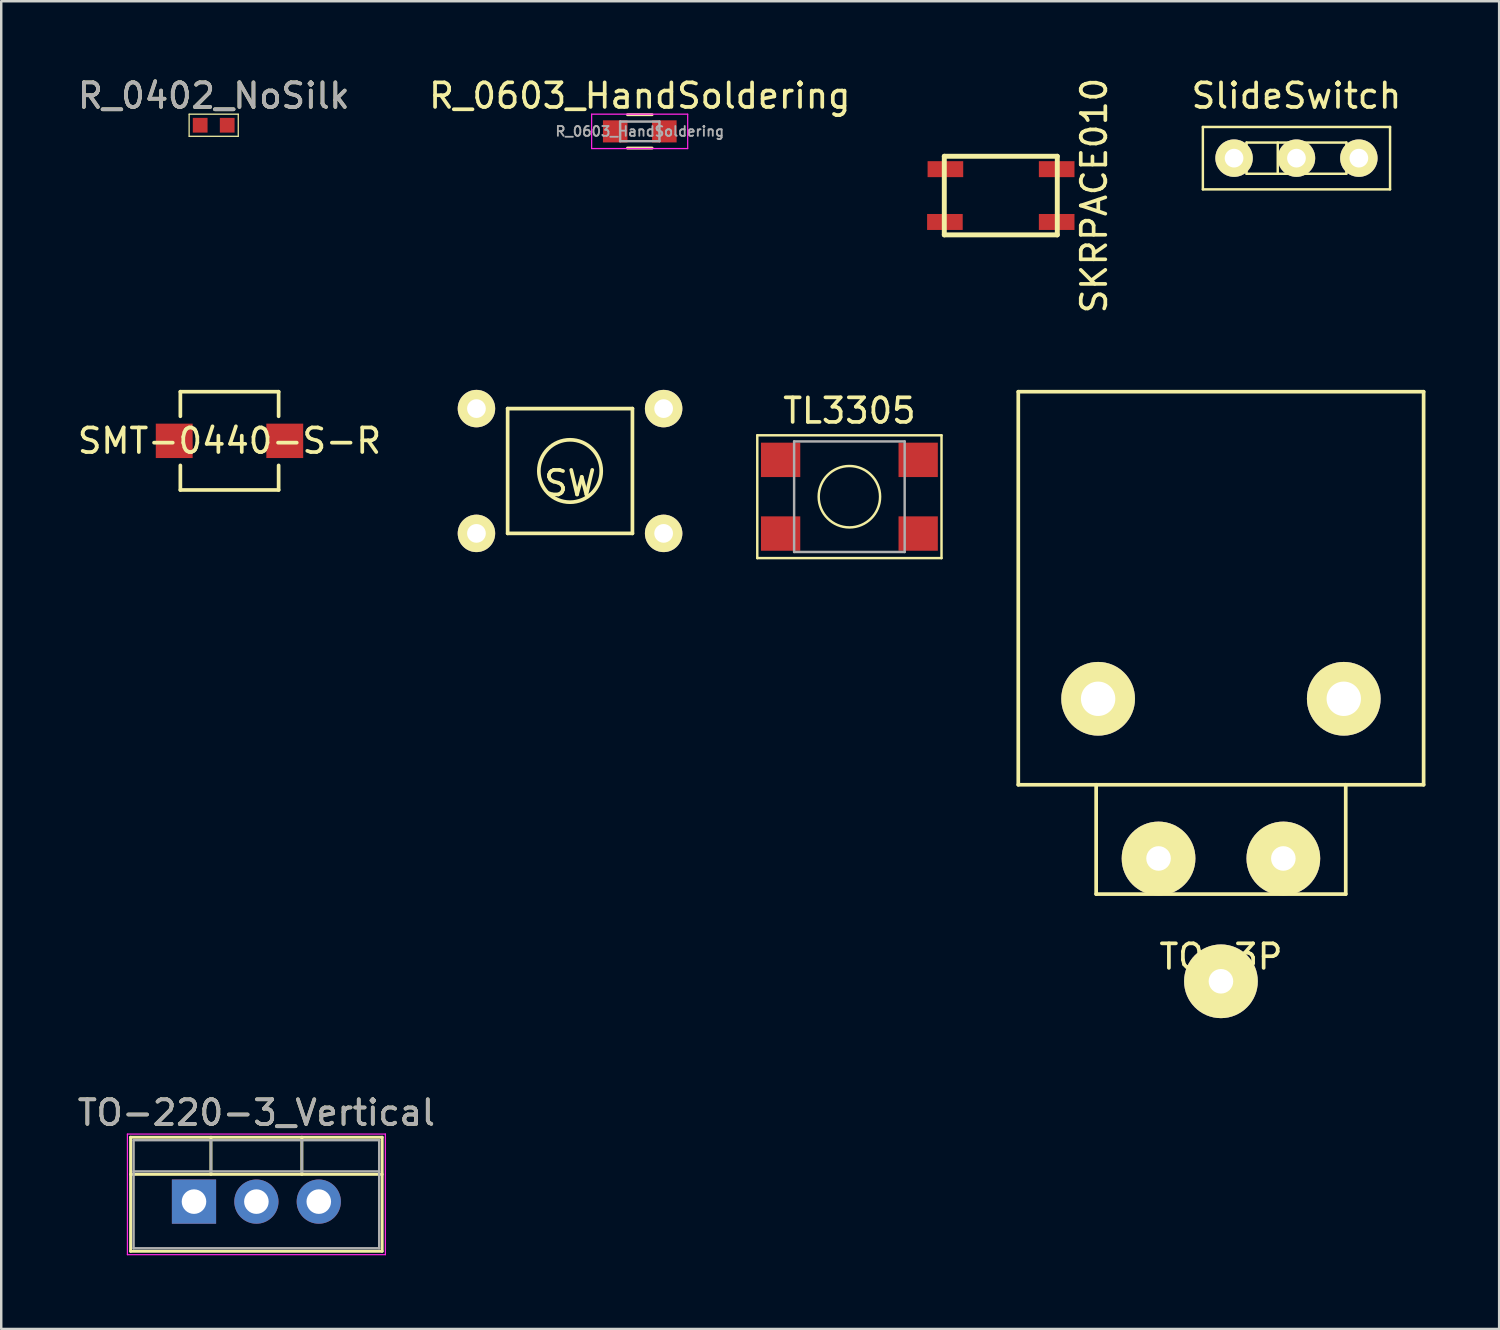
<source format=kicad_pcb>
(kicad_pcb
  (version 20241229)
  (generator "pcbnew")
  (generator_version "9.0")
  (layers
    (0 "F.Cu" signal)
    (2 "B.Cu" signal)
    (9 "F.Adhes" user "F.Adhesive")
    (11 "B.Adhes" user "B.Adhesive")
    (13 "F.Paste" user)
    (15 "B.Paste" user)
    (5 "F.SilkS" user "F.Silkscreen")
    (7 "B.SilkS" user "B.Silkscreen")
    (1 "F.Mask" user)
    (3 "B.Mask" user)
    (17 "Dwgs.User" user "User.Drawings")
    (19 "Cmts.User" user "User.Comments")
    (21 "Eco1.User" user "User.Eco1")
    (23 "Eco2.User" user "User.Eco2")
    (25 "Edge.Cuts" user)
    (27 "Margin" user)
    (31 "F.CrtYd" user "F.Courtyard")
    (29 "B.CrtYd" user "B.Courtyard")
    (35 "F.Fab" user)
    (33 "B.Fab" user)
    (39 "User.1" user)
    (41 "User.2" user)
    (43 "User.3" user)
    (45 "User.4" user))
  (footprint "SMT-0440-S-R"
    (layer "F.Cu")
    (at 6.292 14.896)
    (property "Reference" "SMT-0440-S-R" (at 0 0 0) (layer "F.SilkS") (effects (font (size 1 1) (thickness 0.15))))
    (attr through_hole)
    (fp_line (start -2 -2) (end 2 -2) (stroke (width 0.15) (type solid)) (layer "F.SilkS"))
    (fp_line (start -2 -1) (end -2 -2) (stroke (width 0.15) (type solid)) (layer "F.SilkS"))
    (fp_line (start -2 2) (end -2 1) (stroke (width 0.15) (type solid)) (layer "F.SilkS"))
    (fp_line (start 2 -2) (end 2 -1) (stroke (width 0.15) (type solid)) (layer "F.SilkS"))
    (fp_line (start 2 1) (end 2 2) (stroke (width 0.15) (type solid)) (layer "F.SilkS"))
    (fp_line (start 2 2) (end -2 2) (stroke (width 0.15) (type solid)) (layer "F.SilkS"))
    (pad "1" smd rect (at -2.25 0) (size 1.5 1.4) (layers "F.Cu" "F.Mask" "F.Paste"))
    (pad "2" smd rect (at 2.25 0) (size 1.5 1.4) (layers "F.Cu" "F.Mask" "F.Paste")))
  (footprint "SKRPACE010"
    (layer "F.Cu")
    (at 37.69 4.911)
    (property "Reference" "SKRPACE010" (at 3.8 0 90) (layer "F.SilkS") (effects (font (size 1 1) (thickness 0.15))))
    (attr through_hole)
    (fp_line (start -2.3 -1.6) (end 2.3 -1.6) (stroke (width 0.2) (type solid)) (layer "F.SilkS"))
    (fp_line (start -2.3 1.6) (end -2.3 -1.6) (stroke (width 0.2) (type solid)) (layer "F.SilkS"))
    (fp_line (start 2.3 -1.6) (end 2.3 1.6) (stroke (width 0.2) (type solid)) (layer "F.SilkS"))
    (fp_line (start 2.3 1.6) (end -2.3 1.6) (stroke (width 0.2) (type solid)) (layer "F.SilkS"))
    (pad "1" smd rect (at -2.255 -1.075) (size 1.45 0.65) (layers "F.Cu" "F.Mask" "F.Paste"))
    (pad "1" smd rect (at 2.275 -1.075) (size 1.45 0.65) (layers "F.Cu" "F.Mask" "F.Paste"))
    (pad "2" smd rect (at -2.275 1.075) (size 1.45 0.65) (layers "F.Cu" "F.Mask" "F.Paste"))
    (pad "2" smd rect (at 2.275 1.075) (size 1.45 0.65) (layers "F.Cu" "F.Mask" "F.Paste")))
  (footprint "SW"
    (layer "F.Cu")
    (at 20.155 16.123)
    (property "Reference" "SW" (at 0 0.5 0) (layer "F.SilkS") (effects (font (size 1 1) (thickness 0.15))))
    (attr through_hole)
    (fp_line (start -2.54 -2.54) (end -2.54 2.54) (stroke (width 0.15) (type solid)) (layer "F.SilkS"))
    (fp_line (start -2.54 -2.54) (end 2.54 -2.54) (stroke (width 0.15) (type solid)) (layer "F.SilkS"))
    (fp_line (start -2.54 2.54) (end 2.54 2.54) (stroke (width 0.15) (type solid)) (layer "F.SilkS"))
    (fp_line (start 2.54 2.54) (end 2.54 -2.54) (stroke (width 0.15) (type solid)) (layer "F.SilkS"))
    (fp_circle (center 0 0) (end 1.27 0) (stroke (width 0.15) (type solid)) (fill no) (layer "F.SilkS"))
    (pad "1" thru_hole circle (at -3.81 2.54) (size 1.524 1.524) (drill 0.762) (layers "*.Cu" "*.Mask" "F.SilkS"))
    (pad "1" thru_hole circle (at 3.81 2.54) (size 1.524 1.524) (drill 0.762) (layers "*.Cu" "*.Mask" "F.SilkS"))
    (pad "2" thru_hole circle (at -3.81 -2.54) (size 1.524 1.524) (drill 0.762) (layers "*.Cu" "*.Mask" "F.SilkS"))
    (pad "2" thru_hole circle (at 3.81 -2.54) (size 1.524 1.524) (drill 0.762) (layers "*.Cu" "*.Mask" "F.SilkS")))
  (footprint "R_0603_HandSoldering"
    (layer "F.Cu")
    (at 22.994 2.298)
    (property "Reference" "R_0603_HandSoldering" (at 0 -1.45 0) (layer "F.SilkS") (effects (font (size 1 1) (thickness 0.15))))
    (attr smd)
    (fp_line (start -0.5 -0.68) (end 0.5 -0.68) (stroke (width 0.12) (type solid)) (layer "F.SilkS"))
    (fp_line (start 0.5 0.68) (end -0.5 0.68) (stroke (width 0.12) (type solid)) (layer "F.SilkS"))
    (fp_line (start -1.96 -0.7) (end -1.96 0.7) (stroke (width 0.05) (type solid)) (layer "F.CrtYd"))
    (fp_line (start -1.96 -0.7) (end 1.95 -0.7) (stroke (width 0.05) (type solid)) (layer "F.CrtYd"))
    (fp_line (start 1.95 0.7) (end -1.96 0.7) (stroke (width 0.05) (type solid)) (layer "F.CrtYd"))
    (fp_line (start 1.95 0.7) (end 1.95 -0.7) (stroke (width 0.05) (type solid)) (layer "F.CrtYd"))
    (fp_line (start -0.8 -0.4) (end 0.8 -0.4) (stroke (width 0.1) (type solid)) (layer "F.Fab"))
    (fp_line (start -0.8 0.4) (end -0.8 -0.4) (stroke (width 0.1) (type solid)) (layer "F.Fab"))
    (fp_line (start 0.8 -0.4) (end 0.8 0.4) (stroke (width 0.1) (type solid)) (layer "F.Fab"))
    (fp_line (start 0.8 0.4) (end -0.8 0.4) (stroke (width 0.1) (type solid)) (layer "F.Fab"))
    (fp_text user "${REFERENCE}" (at 0 0 0) (layer "F.Fab") (effects (font (size 0.4 0.4) (thickness 0.075))))
    (pad "1" smd rect (at -1 0) (size 1 0.9) (layers "F.Cu" "F.Mask" "F.Paste"))
    (pad "2" smd rect (at 1 0) (size 1 0.9) (layers "F.Cu" "F.Mask" "F.Paste")))
  (footprint "TO-3P"
    (layer "F.Cu")
    (at 46.652 31.896)
    (property "Reference" "TO-3P" (at 0 4 0) (layer "F.SilkS") (effects (font (size 1 1) (thickness 0.15))))
    (attr through_hole)
    (fp_line (start -8.25 -19) (end 8.25 -19) (stroke (width 0.15) (type solid)) (layer "F.SilkS"))
    (fp_line (start -8.25 -3) (end -8.25 -19) (stroke (width 0.15) (type solid)) (layer "F.SilkS"))
    (fp_line (start -5.08 -3) (end -8.25 -3) (stroke (width 0.15) (type solid)) (layer "F.SilkS"))
    (fp_line (start -5.08 -3) (end -5.08 1.45) (stroke (width 0.15) (type solid)) (layer "F.SilkS"))
    (fp_line (start -5.08 -3) (end 5.08 -3) (stroke (width 0.15) (type solid)) (layer "F.SilkS"))
    (fp_line (start 5.08 -3) (end 5.08 1.45) (stroke (width 0.15) (type solid)) (layer "F.SilkS"))
    (fp_line (start 5.08 -3) (end 8.25 -3) (stroke (width 0.15) (type solid)) (layer "F.SilkS"))
    (fp_line (start 5.08 1.45) (end -5.08 1.45) (stroke (width 0.15) (type solid)) (layer "F.SilkS"))
    (fp_line (start 8.25 -3) (end 8.25 -19) (stroke (width 0.15) (type solid)) (layer "F.SilkS"))
    (pad "1" thru_hole circle (at -2.54 0) (size 3 3) (drill 1) (layers "*.Cu" "*.Mask" "F.SilkS"))
    (pad "2" thru_hole circle (at 0 5) (size 3 3) (drill 1) (layers "*.Cu" "*.Mask" "F.SilkS"))
    (pad "3" thru_hole circle (at 2.54 0) (size 3 3) (drill 1) (layers "*.Cu" "*.Mask" "F.SilkS"))
    (pad "~" thru_hole circle (at -5 -6.5) (size 3 3) (drill 1.4) (layers "*.Cu" "*.Mask" "F.SilkS"))
    (pad "~" thru_hole circle (at 5 -6.5) (size 3 3) (drill 1.4) (layers "*.Cu" "*.Mask" "F.SilkS")))
  (footprint "TO-220-3_Vertical"
    (layer "F.Cu")
    (at 7.387 45.865)
    (property "Reference" "TO-220-3_Vertical" (at 0 -3.62 0) (layer "F.SilkS") (effects (font (size 1 1) (thickness 0.15))))
    (attr through_hole)
    (fp_line (start -5.12 -2.62) (end -5.12 2.021) (stroke (width 0.12) (type solid)) (layer "F.SilkS"))
    (fp_line (start -5.12 -2.62) (end 5.12 -2.62) (stroke (width 0.12) (type solid)) (layer "F.SilkS"))
    (fp_line (start -5.12 -1.11) (end 5.12 -1.11) (stroke (width 0.12) (type solid)) (layer "F.SilkS"))
    (fp_line (start -5.12 2.021) (end 5.12 2.021) (stroke (width 0.12) (type solid)) (layer "F.SilkS"))
    (fp_line (start -1.85 -2.62) (end -1.85 -1.11) (stroke (width 0.12) (type solid)) (layer "F.SilkS"))
    (fp_line (start 1.851 -2.62) (end 1.851 -1.11) (stroke (width 0.12) (type solid)) (layer "F.SilkS"))
    (fp_line (start 5.12 -2.62) (end 5.12 2.021) (stroke (width 0.12) (type solid)) (layer "F.SilkS"))
    (fp_line (start -5.25 -2.75) (end -5.25 2.16) (stroke (width 0.05) (type solid)) (layer "F.CrtYd"))
    (fp_line (start -5.25 2.16) (end 5.25 2.16) (stroke (width 0.05) (type solid)) (layer "F.CrtYd"))
    (fp_line (start 5.25 -2.75) (end -5.25 -2.75) (stroke (width 0.05) (type solid)) (layer "F.CrtYd"))
    (fp_line (start 5.25 2.16) (end 5.25 -2.75) (stroke (width 0.05) (type solid)) (layer "F.CrtYd"))
    (fp_line (start -5 -2.5) (end -5 1.9) (stroke (width 0.1) (type solid)) (layer "F.Fab"))
    (fp_line (start -5 -1.23) (end 5 -1.23) (stroke (width 0.1) (type solid)) (layer "F.Fab"))
    (fp_line (start -5 1.9) (end 5 1.9) (stroke (width 0.1) (type solid)) (layer "F.Fab"))
    (fp_line (start -1.85 -2.5) (end -1.85 -1.23) (stroke (width 0.1) (type solid)) (layer "F.Fab"))
    (fp_line (start 1.85 -2.5) (end 1.85 -1.23) (stroke (width 0.1) (type solid)) (layer "F.Fab"))
    (fp_line (start 5 -2.5) (end -5 -2.5) (stroke (width 0.1) (type solid)) (layer "F.Fab"))
    (fp_line (start 5 1.9) (end 5 -2.5) (stroke (width 0.1) (type solid)) (layer "F.Fab"))
    (fp_text user "${REFERENCE}" (at 0 -3.62 0) (layer "F.Fab") (effects (font (size 1 1) (thickness 0.15))))
    (pad "1" thru_hole rect (at -2.54 0) (size 1.8 1.8) (drill 1) (layers "*.Cu" "*.Mask"))
    (pad "2" thru_hole oval (at 0 0) (size 1.8 1.8) (drill 1) (layers "*.Cu" "*.Mask"))
    (pad "3" thru_hole oval (at 2.54 0) (size 1.8 1.8) (drill 1) (layers "*.Cu" "*.Mask")))
  (footprint "R_0402_NoSilk"
    (layer "F.Cu")
    (at 5.649 2.048)
    (property "Reference" "R_0402_NoSilk" (at 0 -1.2 0) (layer "F.SilkS") (effects (font (size 1 1) (thickness 0.15))))
    (attr smd)
    (fp_line (start -1 -0.45) (end -1 0.45) (stroke (width 0.05) (type solid)) (layer "F.SilkS"))
    (fp_line (start -1 -0.45) (end 1 -0.45) (stroke (width 0.05) (type solid)) (layer "F.SilkS"))
    (fp_line (start 1 0.45) (end -1 0.45) (stroke (width 0.05) (type solid)) (layer "F.SilkS"))
    (fp_line (start 1 0.45) (end 1 -0.45) (stroke (width 0.05) (type solid)) (layer "F.SilkS"))
    (fp_text user "${REFERENCE}" (at 0 -1.2 0) (layer "F.Fab") (effects (font (size 1 1) (thickness 0.15))))
    (pad "1" smd rect (at -0.55 0) (size 0.6 0.6) (layers "F.Cu" "F.Mask" "F.Paste"))
    (pad "2" smd rect (at 0.55 0) (size 0.6 0.6) (layers "F.Cu" "F.Mask" "F.Paste")))
  (footprint "TL3305"
    (layer "F.Cu")
    (at 31.527 17.17)
    (property "Reference" "TL3305" (at 0 -3.5 0) (layer "F.SilkS") (effects (font (size 1 1) (thickness 0.15))))
    (attr through_hole)
    (fp_line (start -3.75 -2.5) (end 3.75 -2.5) (stroke (width 0.1) (type solid)) (layer "F.SilkS"))
    (fp_line (start -3.75 2.5) (end -3.75 -2.5) (stroke (width 0.1) (type solid)) (layer "F.SilkS"))
    (fp_line (start 3.75 -2.5) (end 3.75 2.5) (stroke (width 0.1) (type solid)) (layer "F.SilkS"))
    (fp_line (start 3.75 2.5) (end -3.75 2.5) (stroke (width 0.1) (type solid)) (layer "F.SilkS"))
    (fp_circle (center 0 0) (end 1.25 0) (stroke (width 0.1) (type solid)) (fill no) (layer "F.SilkS"))
    (fp_line (start -2.25 -2.25) (end -2.25 2.25) (stroke (width 0.1) (type solid)) (layer "F.Fab"))
    (fp_line (start -2.25 2.25) (end 2.25 2.25) (stroke (width 0.1) (type solid)) (layer "F.Fab"))
    (fp_line (start 2.25 -2.25) (end -2.25 -2.25) (stroke (width 0.1) (type solid)) (layer "F.Fab"))
    (fp_line (start 2.25 2.25) (end 2.25 -2.25) (stroke (width 0.1) (type solid)) (layer "F.Fab"))
    (pad "1" smd rect (at -2.8 -1.5) (size 1.6 1.4) (layers "F.Cu" "F.Mask" "F.Paste"))
    (pad "1" smd rect (at 2.8 -1.5) (size 1.6 1.4) (layers "F.Cu" "F.Mask" "F.Paste"))
    (pad "2" smd rect (at -2.8 1.5) (size 1.6 1.4) (layers "F.Cu" "F.Mask" "F.Paste"))
    (pad "2" smd rect (at 2.8 1.5) (size 1.6 1.4) (layers "F.Cu" "F.Mask" "F.Paste")))
  (footprint "SlideSwitch"
    (layer "F.Cu")
    (at 49.726 3.388)
    (property "Reference" "SlideSwitch" (at 0 -2.54 0) (layer "F.SilkS") (effects (font (size 1 1) (thickness 0.15))))
    (attr through_hole)
    (fp_line (start -3.81 -1.27) (end -3.81 1.27) (stroke (width 0.1) (type solid)) (layer "F.SilkS"))
    (fp_line (start -3.81 1.27) (end 3.81 1.27) (stroke (width 0.1) (type solid)) (layer "F.SilkS"))
    (fp_line (start -2.032 -0.635) (end -2.032 0.635) (stroke (width 0.1) (type solid)) (layer "F.SilkS"))
    (fp_line (start -2.032 0.635) (end 2.032 0.635) (stroke (width 0.1) (type solid)) (layer "F.SilkS"))
    (fp_line (start -0.762 -0.635) (end -0.762 0.635) (stroke (width 0.1) (type solid)) (layer "F.SilkS"))
    (fp_line (start 2.032 -0.635) (end -2.032 -0.635) (stroke (width 0.1) (type solid)) (layer "F.SilkS"))
    (fp_line (start 2.032 0.635) (end 2.032 -0.635) (stroke (width 0.1) (type solid)) (layer "F.SilkS"))
    (fp_line (start 3.81 -1.27) (end -3.81 -1.27) (stroke (width 0.1) (type solid)) (layer "F.SilkS"))
    (fp_line (start 3.81 1.27) (end 3.81 -1.27) (stroke (width 0.1) (type solid)) (layer "F.SilkS"))
    (pad "1" thru_hole circle (at -2.54 0) (size 1.524 1.524) (drill 0.762) (layers "*.Cu" "*.Mask" "F.SilkS"))
    (pad "2" thru_hole circle (at 0 0) (size 1.524 1.524) (drill 0.762) (layers "*.Cu" "*.Mask" "F.SilkS"))
    (pad "3" thru_hole circle (at 2.54 0) (size 1.524 1.524) (drill 0.762) (layers "*.Cu" "*.Mask" "F.SilkS")))
  (gr_rect
    (start -3 -3)
    (end 57.977 51.05)
    (stroke (width 0.1) (type default))
    (fill no)
    (layer "Edge.Cuts")))
</source>
